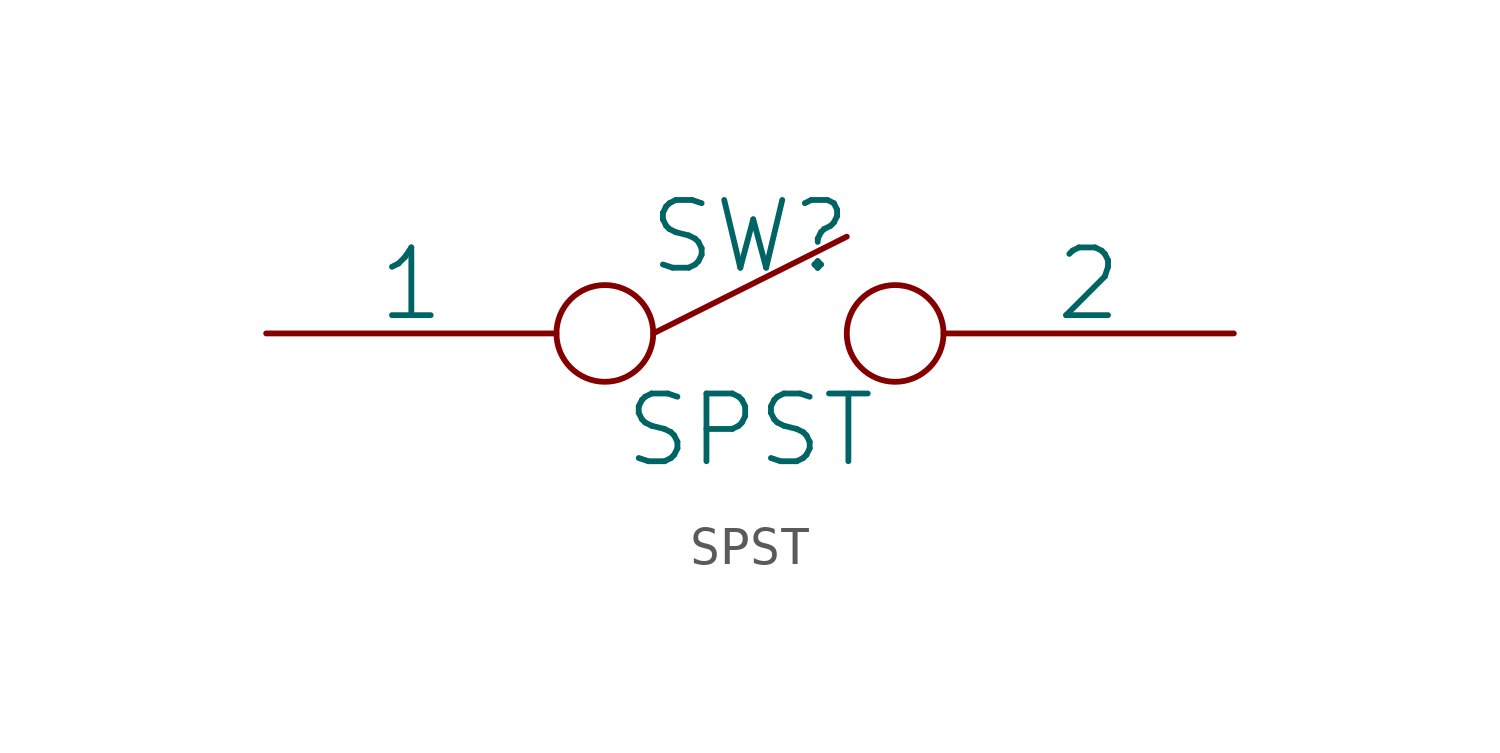
<source format=kicad_sym>
(kicad_symbol_lib
  (version 20220914)
  (generator kicad_symbol_editor)
  (symbol "SPST"
    (pin_numbers hide)
    (pin_names
      (offset 0))
    (property "Reference" "SW"
      (at 0 2.54 0)
      (effects (font (size 1.778 1.778))))
    (property "Value" "SPST"
      (at 0 -2.54 0)
      (effects (font (size 1.778 1.778))))
    (symbol "SPST_0_0"
      (circle (center -3.81 0) (radius 1.27) (stroke (width 0) (type solid)) (fill (type none)))
      (polyline (pts (xy -2.54 0) (xy 2.54 2.54)) (stroke (width 0) (type solid)) (fill (type none)))
      (circle (center 3.81 0) (radius 1.27) (stroke (width 0) (type solid)) (fill (type none))))
    (symbol "SPST_1_1"
      (pin input line (at -12.7 0 0) (length 7.62) (name "1" (effects (font (size 1.778 1.778)))) (number "1" (effects (font (size 1.778 1.778)))))
      (pin input line (at 12.7 0 180) (length 7.62) (name "2" (effects (font (size 1.778 1.778)))) (number "2" (effects (font (size 1.778 1.778))))))))
</source>
